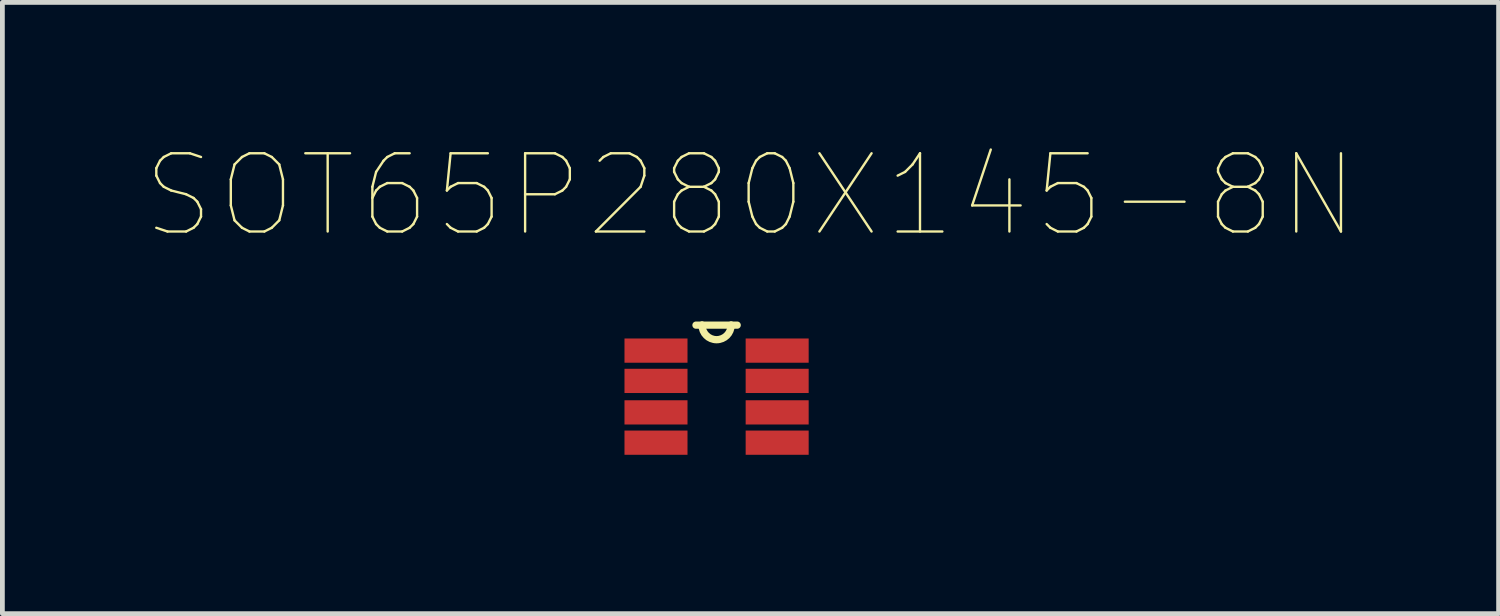
<source format=kicad_pcb>
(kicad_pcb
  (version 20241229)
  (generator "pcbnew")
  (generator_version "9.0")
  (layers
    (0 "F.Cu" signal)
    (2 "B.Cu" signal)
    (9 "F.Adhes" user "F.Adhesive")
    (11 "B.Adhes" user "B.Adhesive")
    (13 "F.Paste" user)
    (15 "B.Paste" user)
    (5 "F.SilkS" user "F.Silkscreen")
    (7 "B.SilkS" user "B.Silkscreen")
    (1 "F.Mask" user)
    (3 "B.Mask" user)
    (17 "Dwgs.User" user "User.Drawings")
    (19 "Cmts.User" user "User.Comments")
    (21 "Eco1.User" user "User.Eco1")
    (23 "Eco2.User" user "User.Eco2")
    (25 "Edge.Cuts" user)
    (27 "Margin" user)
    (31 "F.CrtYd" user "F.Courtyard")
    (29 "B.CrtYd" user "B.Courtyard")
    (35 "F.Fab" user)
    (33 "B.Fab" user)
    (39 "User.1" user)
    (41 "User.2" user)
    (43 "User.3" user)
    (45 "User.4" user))
  (footprint "SOT65P280X145-8N"
    (layer "F.Cu")
    (at 11.972 5.265)
    (property "Reference" "SOT65P280X145-8N" (at 0.711 -4.218 0) (layer "F.SilkS") (effects (font (size 1.64 1.64) (thickness 0.05))))
    (attr smd)
    (fp_line (start -0.305 -1.499) (end -0.432 -1.499) (stroke (width 0.152) (type solid)) (layer "F.SilkS"))
    (fp_line (start 0.305 -1.499) (end -0.305 -1.499) (stroke (width 0.152) (type solid)) (layer "F.SilkS"))
    (fp_line (start 0.432 -1.499) (end 0.305 -1.499) (stroke (width 0.152) (type solid)) (layer "F.SilkS"))
    (fp_arc (start 0.3048 -1.4986) (mid 0 -1.1938) (end -0.3048 -1.4986) (stroke (width 0.1524) (type solid)) (layer "F.SilkS"))
    (fp_line (start -1.499 -1.194) (end -1.499 -0.762) (stroke (width 0.1) (type solid)) (layer "Eco2.User"))
    (fp_line (start -1.499 -0.762) (end -0.864 -0.762) (stroke (width 0.1) (type solid)) (layer "Eco2.User"))
    (fp_line (start -1.499 -0.559) (end -1.499 -0.102) (stroke (width 0.1) (type solid)) (layer "Eco2.User"))
    (fp_line (start -1.499 -0.102) (end -0.864 -0.102) (stroke (width 0.1) (type solid)) (layer "Eco2.User"))
    (fp_line (start -1.499 0.102) (end -1.499 0.559) (stroke (width 0.1) (type solid)) (layer "Eco2.User"))
    (fp_line (start -1.499 0.559) (end -0.864 0.559) (stroke (width 0.1) (type solid)) (layer "Eco2.User"))
    (fp_line (start -1.499 0.762) (end -1.499 1.194) (stroke (width 0.1) (type solid)) (layer "Eco2.User"))
    (fp_line (start -1.499 1.194) (end -0.864 1.194) (stroke (width 0.1) (type solid)) (layer "Eco2.User"))
    (fp_line (start -0.864 -1.499) (end -0.864 -1.194) (stroke (width 0.1) (type solid)) (layer "Eco2.User"))
    (fp_line (start -0.864 -1.194) (end -1.499 -1.194) (stroke (width 0.1) (type solid)) (layer "Eco2.User"))
    (fp_line (start -0.864 -1.194) (end -0.864 -0.762) (stroke (width 0.1) (type solid)) (layer "Eco2.User"))
    (fp_line (start -0.864 -0.762) (end -0.864 -0.559) (stroke (width 0.1) (type solid)) (layer "Eco2.User"))
    (fp_line (start -0.864 -0.559) (end -1.499 -0.559) (stroke (width 0.1) (type solid)) (layer "Eco2.User"))
    (fp_line (start -0.864 -0.559) (end -0.864 -0.102) (stroke (width 0.1) (type solid)) (layer "Eco2.User"))
    (fp_line (start -0.864 -0.102) (end -0.864 0.102) (stroke (width 0.1) (type solid)) (layer "Eco2.User"))
    (fp_line (start -0.864 0.102) (end -1.499 0.102) (stroke (width 0.1) (type solid)) (layer "Eco2.User"))
    (fp_line (start -0.864 0.102) (end -0.864 0.559) (stroke (width 0.1) (type solid)) (layer "Eco2.User"))
    (fp_line (start -0.864 0.559) (end -0.864 0.762) (stroke (width 0.1) (type solid)) (layer "Eco2.User"))
    (fp_line (start -0.864 0.762) (end -1.499 0.762) (stroke (width 0.1) (type solid)) (layer "Eco2.User"))
    (fp_line (start -0.864 1.194) (end -0.864 0.762) (stroke (width 0.1) (type solid)) (layer "Eco2.User"))
    (fp_line (start -0.864 1.499) (end -0.864 1.194) (stroke (width 0.1) (type solid)) (layer "Eco2.User"))
    (fp_line (start -0.864 1.499) (end 0.864 1.499) (stroke (width 0.1) (type solid)) (layer "Eco2.User"))
    (fp_line (start -0.305 -1.499) (end -0.864 -1.499) (stroke (width 0.1) (type solid)) (layer "Eco2.User"))
    (fp_line (start 0.305 -1.499) (end -0.305 -1.499) (stroke (width 0.1) (type solid)) (layer "Eco2.User"))
    (fp_line (start 0.864 -1.499) (end 0.305 -1.499) (stroke (width 0.1) (type solid)) (layer "Eco2.User"))
    (fp_line (start 0.864 -1.499) (end 0.864 -1.194) (stroke (width 0.1) (type solid)) (layer "Eco2.User"))
    (fp_line (start 0.864 -1.194) (end 0.864 -0.762) (stroke (width 0.1) (type solid)) (layer "Eco2.User"))
    (fp_line (start 0.864 -0.762) (end 1.499 -0.762) (stroke (width 0.1) (type solid)) (layer "Eco2.User"))
    (fp_line (start 0.864 -0.559) (end 0.864 -0.762) (stroke (width 0.1) (type solid)) (layer "Eco2.User"))
    (fp_line (start 0.864 -0.102) (end 0.864 -0.559) (stroke (width 0.1) (type solid)) (layer "Eco2.User"))
    (fp_line (start 0.864 -0.102) (end 1.499 -0.102) (stroke (width 0.1) (type solid)) (layer "Eco2.User"))
    (fp_line (start 0.864 0.102) (end 0.864 -0.102) (stroke (width 0.1) (type solid)) (layer "Eco2.User"))
    (fp_line (start 0.864 0.559) (end 0.864 0.102) (stroke (width 0.1) (type solid)) (layer "Eco2.User"))
    (fp_line (start 0.864 0.559) (end 1.499 0.559) (stroke (width 0.1) (type solid)) (layer "Eco2.User"))
    (fp_line (start 0.864 0.762) (end 0.864 0.559) (stroke (width 0.1) (type solid)) (layer "Eco2.User"))
    (fp_line (start 0.864 1.194) (end 0.864 0.762) (stroke (width 0.1) (type solid)) (layer "Eco2.User"))
    (fp_line (start 0.864 1.194) (end 1.499 1.194) (stroke (width 0.1) (type solid)) (layer "Eco2.User"))
    (fp_line (start 0.864 1.499) (end 0.864 1.194) (stroke (width 0.1) (type solid)) (layer "Eco2.User"))
    (fp_line (start 1.499 -1.194) (end 0.864 -1.194) (stroke (width 0.1) (type solid)) (layer "Eco2.User"))
    (fp_line (start 1.499 -0.762) (end 1.499 -1.194) (stroke (width 0.1) (type solid)) (layer "Eco2.User"))
    (fp_line (start 1.499 -0.559) (end 0.864 -0.559) (stroke (width 0.1) (type solid)) (layer "Eco2.User"))
    (fp_line (start 1.499 -0.102) (end 1.499 -0.559) (stroke (width 0.1) (type solid)) (layer "Eco2.User"))
    (fp_line (start 1.499 0.102) (end 0.864 0.102) (stroke (width 0.1) (type solid)) (layer "Eco2.User"))
    (fp_line (start 1.499 0.559) (end 1.499 0.102) (stroke (width 0.1) (type solid)) (layer "Eco2.User"))
    (fp_line (start 1.499 0.762) (end 0.864 0.762) (stroke (width 0.1) (type solid)) (layer "Eco2.User"))
    (fp_line (start 1.499 1.194) (end 1.499 0.762) (stroke (width 0.1) (type solid)) (layer "Eco2.User"))
    (fp_arc (start 0.3048 -1.4986) (mid 0 -1.1938) (end -0.3048 -1.4986) (stroke (width 0.1) (type solid)) (layer "Eco2.User"))
    (pad "1" smd rect (at -1.27 -0.965) (size 1.321 0.508) (layers "F.Cu" "F.Mask" "F.Paste"))
    (pad "2" smd rect (at -1.27 -0.33) (size 1.321 0.508) (layers "F.Cu" "F.Mask" "F.Paste"))
    (pad "3" smd rect (at -1.27 0.33) (size 1.321 0.508) (layers "F.Cu" "F.Mask" "F.Paste"))
    (pad "4" smd rect (at -1.27 0.965) (size 1.321 0.508) (layers "F.Cu" "F.Mask" "F.Paste"))
    (pad "5" smd rect (at 1.27 0.965) (size 1.321 0.508) (layers "F.Cu" "F.Mask" "F.Paste"))
    (pad "6" smd rect (at 1.27 0.33) (size 1.321 0.508) (layers "F.Cu" "F.Mask" "F.Paste"))
    (pad "7" smd rect (at 1.27 -0.33) (size 1.321 0.508) (layers "F.Cu" "F.Mask" "F.Paste"))
    (pad "8" smd rect (at 1.27 -0.965) (size 1.321 0.508) (layers "F.Cu" "F.Mask" "F.Paste")))
  (gr_rect
    (start -3 -3)
    (end 28.366 9.814)
    (stroke (width 0.1) (type default))
    (fill no)
    (layer "Edge.Cuts")))
</source>
